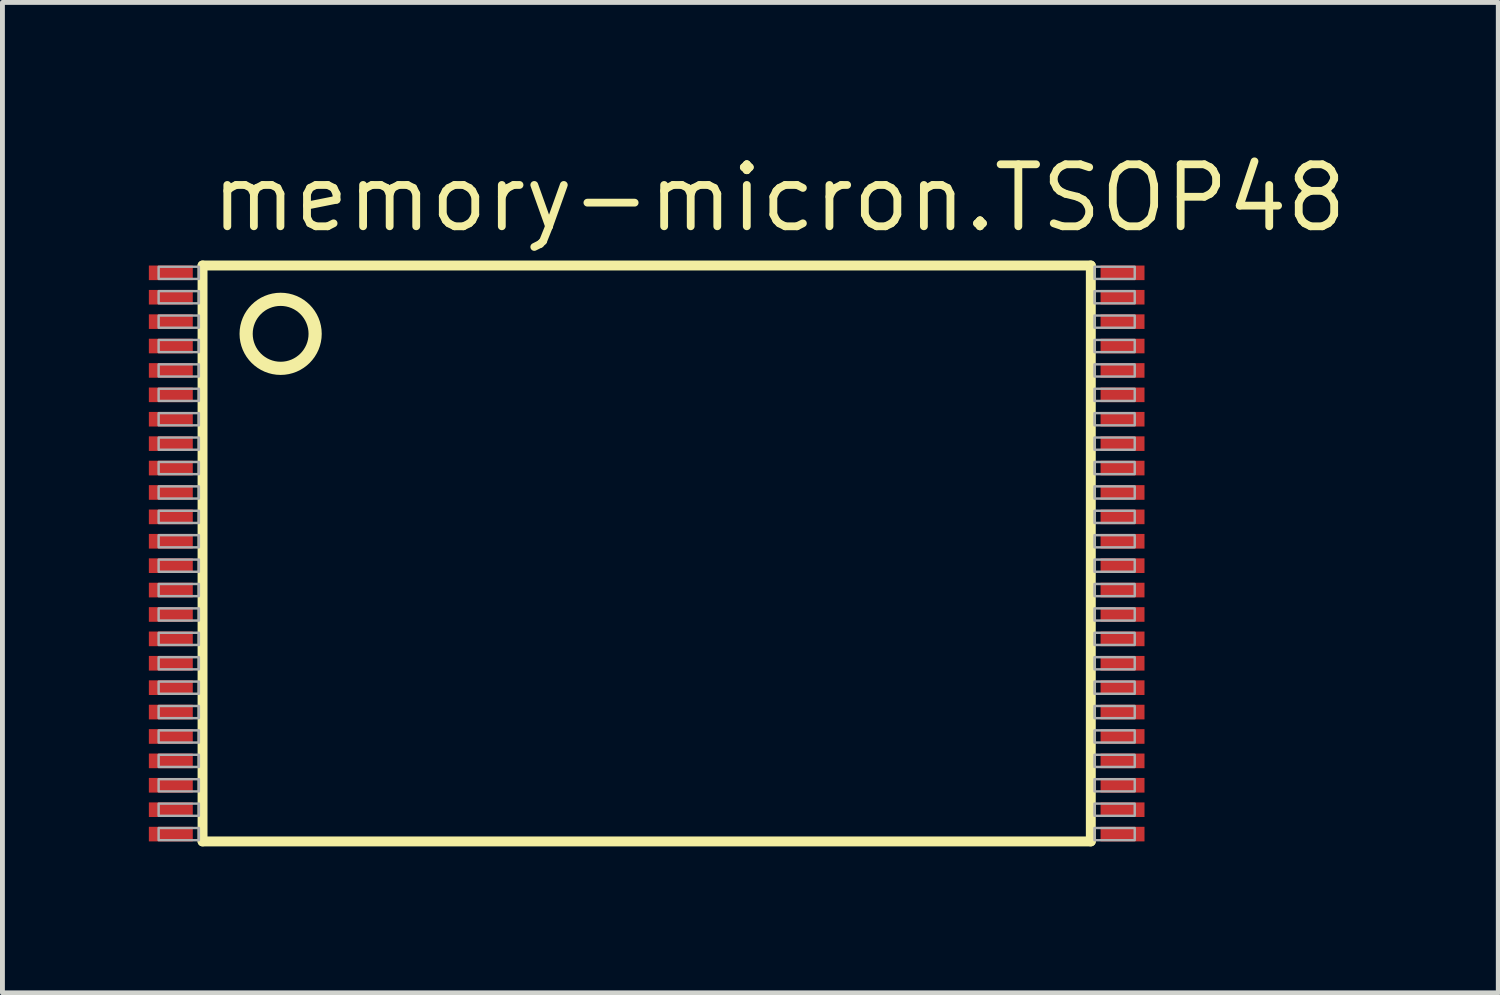
<source format=kicad_pcb>
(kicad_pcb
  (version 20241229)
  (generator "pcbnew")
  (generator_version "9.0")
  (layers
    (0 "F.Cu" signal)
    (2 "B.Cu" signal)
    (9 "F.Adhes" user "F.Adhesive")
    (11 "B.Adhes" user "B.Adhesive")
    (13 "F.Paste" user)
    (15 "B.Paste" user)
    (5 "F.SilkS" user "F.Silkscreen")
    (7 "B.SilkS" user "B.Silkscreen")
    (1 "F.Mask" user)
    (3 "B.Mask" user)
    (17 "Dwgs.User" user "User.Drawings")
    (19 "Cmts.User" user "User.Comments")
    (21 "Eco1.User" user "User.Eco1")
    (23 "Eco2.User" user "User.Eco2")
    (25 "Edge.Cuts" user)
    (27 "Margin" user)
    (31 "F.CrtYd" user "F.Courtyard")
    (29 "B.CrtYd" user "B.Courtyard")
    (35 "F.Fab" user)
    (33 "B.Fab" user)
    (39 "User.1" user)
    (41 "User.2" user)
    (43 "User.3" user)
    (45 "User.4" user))
  (footprint "memory-micron.TSOP48"
    (layer "F.Cu")
    (at 10.2 8.29)
    (property "Reference" "memory-micron.TSOP48" (at -9 -6.54 0) (layer "F.SilkS") (effects (font (size 1.27 1.27) (thickness 0.16)) (justify left bottom)))
    (attr smd)
    (fp_line (start -9.1 -5.9) (end 9.1 -5.9) (stroke (width 0.203) (type default)) (layer "F.SilkS"))
    (fp_line (start -9.1 5.9) (end -9.1 -5.9) (stroke (width 0.203) (type default)) (layer "F.SilkS"))
    (fp_line (start 9.1 -5.9) (end 9.1 5.9) (stroke (width 0.203) (type default)) (layer "F.SilkS"))
    (fp_line (start 9.1 5.9) (end -9.1 5.9) (stroke (width 0.203) (type default)) (layer "F.SilkS"))
    (fp_circle (center -7.5 -4.5) (end -6.793 -4.5) (stroke (width 0.27) (type default)) (fill no) (layer "F.SilkS"))
    (fp_rect (start -10 -5.625) (end -9.175 -5.875) (stroke (width 0.05) (type default)) (fill no) (layer "F.Fab"))
    (fp_rect (start -10 -5.125) (end -9.175 -5.375) (stroke (width 0.05) (type default)) (fill no) (layer "F.Fab"))
    (fp_rect (start -10 -4.625) (end -9.175 -4.875) (stroke (width 0.05) (type default)) (fill no) (layer "F.Fab"))
    (fp_rect (start -10 -4.125) (end -9.175 -4.375) (stroke (width 0.05) (type default)) (fill no) (layer "F.Fab"))
    (fp_rect (start -10 -3.625) (end -9.175 -3.875) (stroke (width 0.05) (type default)) (fill no) (layer "F.Fab"))
    (fp_rect (start -10 -3.125) (end -9.175 -3.375) (stroke (width 0.05) (type default)) (fill no) (layer "F.Fab"))
    (fp_rect (start -10 -2.625) (end -9.175 -2.875) (stroke (width 0.05) (type default)) (fill no) (layer "F.Fab"))
    (fp_rect (start -10 -2.125) (end -9.175 -2.375) (stroke (width 0.05) (type default)) (fill no) (layer "F.Fab"))
    (fp_rect (start -10 -1.625) (end -9.175 -1.875) (stroke (width 0.05) (type default)) (fill no) (layer "F.Fab"))
    (fp_rect (start -10 -1.125) (end -9.175 -1.375) (stroke (width 0.05) (type default)) (fill no) (layer "F.Fab"))
    (fp_rect (start -10 -0.625) (end -9.175 -0.875) (stroke (width 0.05) (type default)) (fill no) (layer "F.Fab"))
    (fp_rect (start -10 -0.125) (end -9.175 -0.375) (stroke (width 0.05) (type default)) (fill no) (layer "F.Fab"))
    (fp_rect (start -10 0.375) (end -9.175 0.125) (stroke (width 0.05) (type default)) (fill no) (layer "F.Fab"))
    (fp_rect (start -10 0.875) (end -9.175 0.625) (stroke (width 0.05) (type default)) (fill no) (layer "F.Fab"))
    (fp_rect (start -10 1.375) (end -9.175 1.125) (stroke (width 0.05) (type default)) (fill no) (layer "F.Fab"))
    (fp_rect (start -10 1.875) (end -9.175 1.625) (stroke (width 0.05) (type default)) (fill no) (layer "F.Fab"))
    (fp_rect (start -10 2.375) (end -9.175 2.125) (stroke (width 0.05) (type default)) (fill no) (layer "F.Fab"))
    (fp_rect (start -10 2.875) (end -9.175 2.625) (stroke (width 0.05) (type default)) (fill no) (layer "F.Fab"))
    (fp_rect (start -10 3.375) (end -9.175 3.125) (stroke (width 0.05) (type default)) (fill no) (layer "F.Fab"))
    (fp_rect (start -10 3.875) (end -9.175 3.625) (stroke (width 0.05) (type default)) (fill no) (layer "F.Fab"))
    (fp_rect (start -10 4.375) (end -9.175 4.125) (stroke (width 0.05) (type default)) (fill no) (layer "F.Fab"))
    (fp_rect (start -10 4.875) (end -9.175 4.625) (stroke (width 0.05) (type default)) (fill no) (layer "F.Fab"))
    (fp_rect (start -10 5.375) (end -9.175 5.125) (stroke (width 0.05) (type default)) (fill no) (layer "F.Fab"))
    (fp_rect (start -10 5.875) (end -9.175 5.625) (stroke (width 0.05) (type default)) (fill no) (layer "F.Fab"))
    (fp_rect (start 9.175 -5.625) (end 10 -5.875) (stroke (width 0.05) (type default)) (fill no) (layer "F.Fab"))
    (fp_rect (start 9.175 -5.125) (end 10 -5.375) (stroke (width 0.05) (type default)) (fill no) (layer "F.Fab"))
    (fp_rect (start 9.175 -4.625) (end 10 -4.875) (stroke (width 0.05) (type default)) (fill no) (layer "F.Fab"))
    (fp_rect (start 9.175 -4.125) (end 10 -4.375) (stroke (width 0.05) (type default)) (fill no) (layer "F.Fab"))
    (fp_rect (start 9.175 -3.625) (end 10 -3.875) (stroke (width 0.05) (type default)) (fill no) (layer "F.Fab"))
    (fp_rect (start 9.175 -3.125) (end 10 -3.375) (stroke (width 0.05) (type default)) (fill no) (layer "F.Fab"))
    (fp_rect (start 9.175 -2.625) (end 10 -2.875) (stroke (width 0.05) (type default)) (fill no) (layer "F.Fab"))
    (fp_rect (start 9.175 -2.125) (end 10 -2.375) (stroke (width 0.05) (type default)) (fill no) (layer "F.Fab"))
    (fp_rect (start 9.175 -1.625) (end 10 -1.875) (stroke (width 0.05) (type default)) (fill no) (layer "F.Fab"))
    (fp_rect (start 9.175 -1.125) (end 10 -1.375) (stroke (width 0.05) (type default)) (fill no) (layer "F.Fab"))
    (fp_rect (start 9.175 -0.625) (end 10 -0.875) (stroke (width 0.05) (type default)) (fill no) (layer "F.Fab"))
    (fp_rect (start 9.175 -0.125) (end 10 -0.375) (stroke (width 0.05) (type default)) (fill no) (layer "F.Fab"))
    (fp_rect (start 9.175 0.375) (end 10 0.125) (stroke (width 0.05) (type default)) (fill no) (layer "F.Fab"))
    (fp_rect (start 9.175 0.875) (end 10 0.625) (stroke (width 0.05) (type default)) (fill no) (layer "F.Fab"))
    (fp_rect (start 9.175 1.375) (end 10 1.125) (stroke (width 0.05) (type default)) (fill no) (layer "F.Fab"))
    (fp_rect (start 9.175 1.875) (end 10 1.625) (stroke (width 0.05) (type default)) (fill no) (layer "F.Fab"))
    (fp_rect (start 9.175 2.375) (end 10 2.125) (stroke (width 0.05) (type default)) (fill no) (layer "F.Fab"))
    (fp_rect (start 9.175 2.875) (end 10 2.625) (stroke (width 0.05) (type default)) (fill no) (layer "F.Fab"))
    (fp_rect (start 9.175 3.375) (end 10 3.125) (stroke (width 0.05) (type default)) (fill no) (layer "F.Fab"))
    (fp_rect (start 9.175 3.875) (end 10 3.625) (stroke (width 0.05) (type default)) (fill no) (layer "F.Fab"))
    (fp_rect (start 9.175 4.375) (end 10 4.125) (stroke (width 0.05) (type default)) (fill no) (layer "F.Fab"))
    (fp_rect (start 9.175 4.875) (end 10 4.625) (stroke (width 0.05) (type default)) (fill no) (layer "F.Fab"))
    (fp_rect (start 9.175 5.375) (end 10 5.125) (stroke (width 0.05) (type default)) (fill no) (layer "F.Fab"))
    (fp_rect (start 9.175 5.875) (end 10 5.625) (stroke (width 0.05) (type default)) (fill no) (layer "F.Fab"))
    (pad "1" smd roundrect (at -9.75 -5.75) (size 0.9 0.3) (layers "F.Cu" "F.Mask" "F.Paste") (roundrect_rratio 0.01))
    (pad "2" smd roundrect (at -9.75 -5.25) (size 0.9 0.3) (layers "F.Cu" "F.Mask" "F.Paste") (roundrect_rratio 0.01))
    (pad "3" smd roundrect (at -9.75 -4.75) (size 0.9 0.3) (layers "F.Cu" "F.Mask" "F.Paste") (roundrect_rratio 0.01))
    (pad "4" smd roundrect (at -9.75 -4.25) (size 0.9 0.3) (layers "F.Cu" "F.Mask" "F.Paste") (roundrect_rratio 0.01))
    (pad "5" smd roundrect (at -9.75 -3.75) (size 0.9 0.3) (layers "F.Cu" "F.Mask" "F.Paste") (roundrect_rratio 0.01))
    (pad "6" smd roundrect (at -9.75 -3.25) (size 0.9 0.3) (layers "F.Cu" "F.Mask" "F.Paste") (roundrect_rratio 0.01))
    (pad "7" smd roundrect (at -9.75 -2.75) (size 0.9 0.3) (layers "F.Cu" "F.Mask" "F.Paste") (roundrect_rratio 0.01))
    (pad "8" smd roundrect (at -9.75 -2.25) (size 0.9 0.3) (layers "F.Cu" "F.Mask" "F.Paste") (roundrect_rratio 0.01))
    (pad "9" smd roundrect (at -9.75 -1.75) (size 0.9 0.3) (layers "F.Cu" "F.Mask" "F.Paste") (roundrect_rratio 0.01))
    (pad "10" smd roundrect (at -9.75 -1.25) (size 0.9 0.3) (layers "F.Cu" "F.Mask" "F.Paste") (roundrect_rratio 0.01))
    (pad "11" smd roundrect (at -9.75 -0.75) (size 0.9 0.3) (layers "F.Cu" "F.Mask" "F.Paste") (roundrect_rratio 0.01))
    (pad "12" smd roundrect (at -9.75 -0.25) (size 0.9 0.3) (layers "F.Cu" "F.Mask" "F.Paste") (roundrect_rratio 0.01))
    (pad "13" smd roundrect (at -9.75 0.25) (size 0.9 0.3) (layers "F.Cu" "F.Mask" "F.Paste") (roundrect_rratio 0.01))
    (pad "14" smd roundrect (at -9.75 0.75) (size 0.9 0.3) (layers "F.Cu" "F.Mask" "F.Paste") (roundrect_rratio 0.01))
    (pad "15" smd roundrect (at -9.75 1.25) (size 0.9 0.3) (layers "F.Cu" "F.Mask" "F.Paste") (roundrect_rratio 0.01))
    (pad "16" smd roundrect (at -9.75 1.75) (size 0.9 0.3) (layers "F.Cu" "F.Mask" "F.Paste") (roundrect_rratio 0.01))
    (pad "17" smd roundrect (at -9.75 2.25) (size 0.9 0.3) (layers "F.Cu" "F.Mask" "F.Paste") (roundrect_rratio 0.01))
    (pad "18" smd roundrect (at -9.75 2.75) (size 0.9 0.3) (layers "F.Cu" "F.Mask" "F.Paste") (roundrect_rratio 0.01))
    (pad "19" smd roundrect (at -9.75 3.25) (size 0.9 0.3) (layers "F.Cu" "F.Mask" "F.Paste") (roundrect_rratio 0.01))
    (pad "20" smd roundrect (at -9.75 3.75) (size 0.9 0.3) (layers "F.Cu" "F.Mask" "F.Paste") (roundrect_rratio 0.01))
    (pad "21" smd roundrect (at -9.75 4.25) (size 0.9 0.3) (layers "F.Cu" "F.Mask" "F.Paste") (roundrect_rratio 0.01))
    (pad "22" smd roundrect (at -9.75 4.75) (size 0.9 0.3) (layers "F.Cu" "F.Mask" "F.Paste") (roundrect_rratio 0.01))
    (pad "23" smd roundrect (at -9.75 5.25) (size 0.9 0.3) (layers "F.Cu" "F.Mask" "F.Paste") (roundrect_rratio 0.01))
    (pad "24" smd roundrect (at -9.75 5.75) (size 0.9 0.3) (layers "F.Cu" "F.Mask" "F.Paste") (roundrect_rratio 0.01))
    (pad "25" smd roundrect (at 9.75 5.75 180) (size 0.9 0.3) (layers "F.Cu" "F.Mask" "F.Paste") (roundrect_rratio 0.01))
    (pad "26" smd roundrect (at 9.75 5.25 180) (size 0.9 0.3) (layers "F.Cu" "F.Mask" "F.Paste") (roundrect_rratio 0.01))
    (pad "27" smd roundrect (at 9.75 4.75 180) (size 0.9 0.3) (layers "F.Cu" "F.Mask" "F.Paste") (roundrect_rratio 0.01))
    (pad "28" smd roundrect (at 9.75 4.25 180) (size 0.9 0.3) (layers "F.Cu" "F.Mask" "F.Paste") (roundrect_rratio 0.01))
    (pad "29" smd roundrect (at 9.75 3.75 180) (size 0.9 0.3) (layers "F.Cu" "F.Mask" "F.Paste") (roundrect_rratio 0.01))
    (pad "30" smd roundrect (at 9.75 3.25 180) (size 0.9 0.3) (layers "F.Cu" "F.Mask" "F.Paste") (roundrect_rratio 0.01))
    (pad "31" smd roundrect (at 9.75 2.75 180) (size 0.9 0.3) (layers "F.Cu" "F.Mask" "F.Paste") (roundrect_rratio 0.01))
    (pad "32" smd roundrect (at 9.75 2.25 180) (size 0.9 0.3) (layers "F.Cu" "F.Mask" "F.Paste") (roundrect_rratio 0.01))
    (pad "33" smd roundrect (at 9.75 1.75 180) (size 0.9 0.3) (layers "F.Cu" "F.Mask" "F.Paste") (roundrect_rratio 0.01))
    (pad "34" smd roundrect (at 9.75 1.25 180) (size 0.9 0.3) (layers "F.Cu" "F.Mask" "F.Paste") (roundrect_rratio 0.01))
    (pad "35" smd roundrect (at 9.75 0.75 180) (size 0.9 0.3) (layers "F.Cu" "F.Mask" "F.Paste") (roundrect_rratio 0.01))
    (pad "36" smd roundrect (at 9.75 0.25 180) (size 0.9 0.3) (layers "F.Cu" "F.Mask" "F.Paste") (roundrect_rratio 0.01))
    (pad "37" smd roundrect (at 9.75 -0.25 180) (size 0.9 0.3) (layers "F.Cu" "F.Mask" "F.Paste") (roundrect_rratio 0.01))
    (pad "38" smd roundrect (at 9.75 -0.75 180) (size 0.9 0.3) (layers "F.Cu" "F.Mask" "F.Paste") (roundrect_rratio 0.01))
    (pad "39" smd roundrect (at 9.75 -1.25 180) (size 0.9 0.3) (layers "F.Cu" "F.Mask" "F.Paste") (roundrect_rratio 0.01))
    (pad "40" smd roundrect (at 9.75 -1.75 180) (size 0.9 0.3) (layers "F.Cu" "F.Mask" "F.Paste") (roundrect_rratio 0.01))
    (pad "41" smd roundrect (at 9.75 -2.25 180) (size 0.9 0.3) (layers "F.Cu" "F.Mask" "F.Paste") (roundrect_rratio 0.01))
    (pad "42" smd roundrect (at 9.75 -2.75 180) (size 0.9 0.3) (layers "F.Cu" "F.Mask" "F.Paste") (roundrect_rratio 0.01))
    (pad "43" smd roundrect (at 9.75 -3.25 180) (size 0.9 0.3) (layers "F.Cu" "F.Mask" "F.Paste") (roundrect_rratio 0.01))
    (pad "44" smd roundrect (at 9.75 -3.75 180) (size 0.9 0.3) (layers "F.Cu" "F.Mask" "F.Paste") (roundrect_rratio 0.01))
    (pad "45" smd roundrect (at 9.75 -4.25 180) (size 0.9 0.3) (layers "F.Cu" "F.Mask" "F.Paste") (roundrect_rratio 0.01))
    (pad "46" smd roundrect (at 9.75 -4.75 180) (size 0.9 0.3) (layers "F.Cu" "F.Mask" "F.Paste") (roundrect_rratio 0.01))
    (pad "47" smd roundrect (at 9.75 -5.25 180) (size 0.9 0.3) (layers "F.Cu" "F.Mask" "F.Paste") (roundrect_rratio 0.01))
    (pad "48" smd roundrect (at 9.75 -5.75 180) (size 0.9 0.3) (layers "F.Cu" "F.Mask" "F.Paste") (roundrect_rratio 0.01)))
  (gr_rect
    (start -3 -3)
    (end 27.649 17.292)
    (stroke (width 0.1) (type default))
    (fill no)
    (layer "Edge.Cuts")))
</source>
